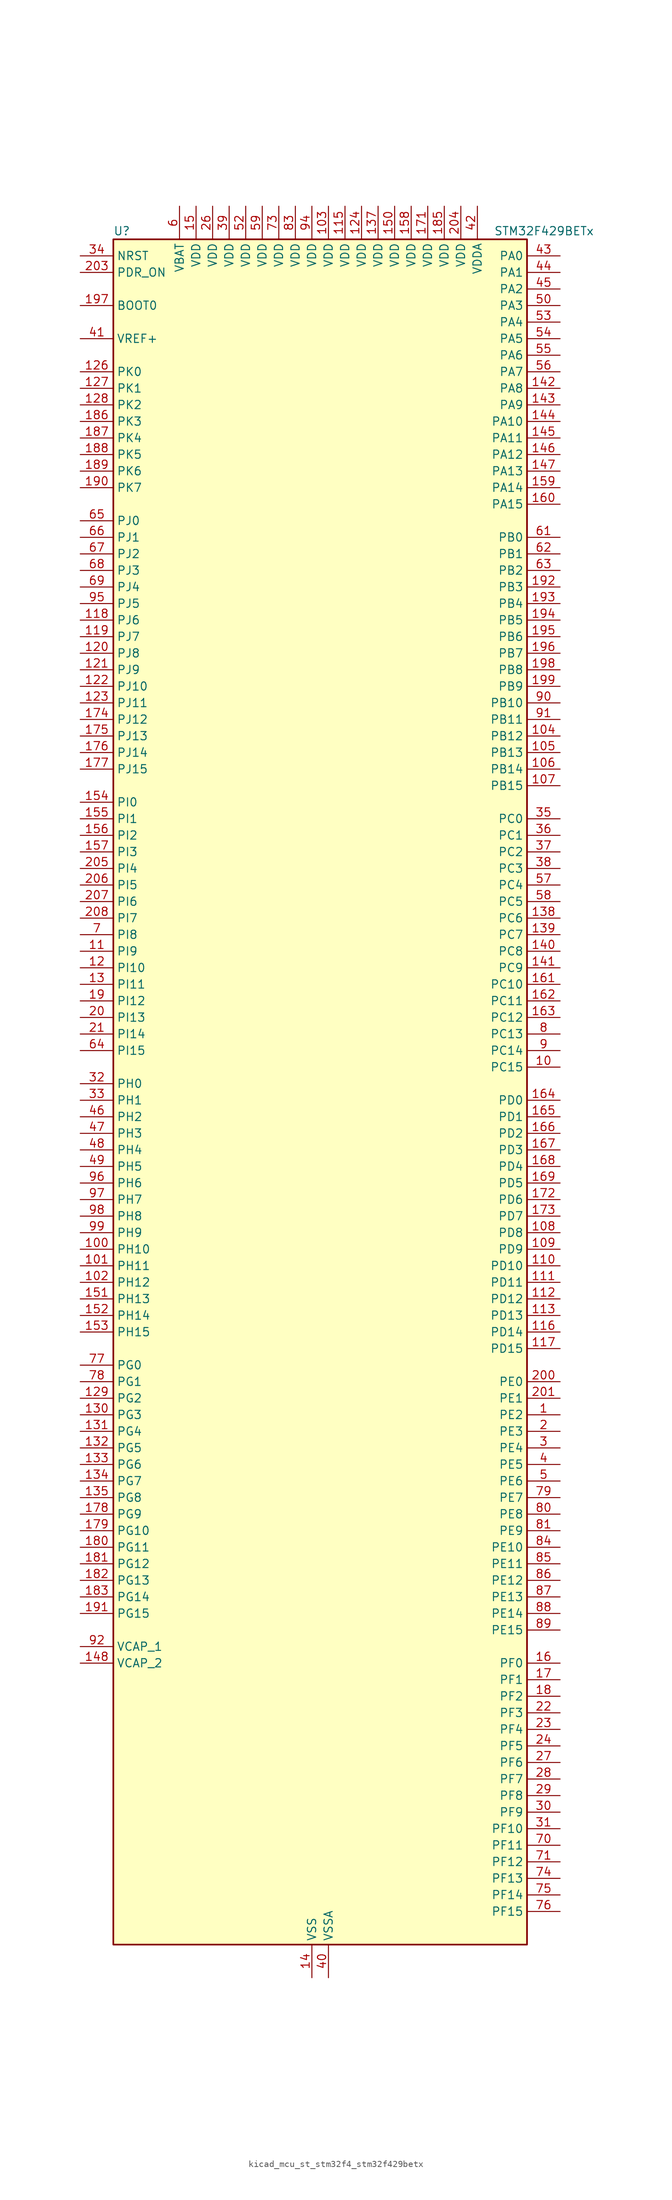
<source format=kicad_sym>
(kicad_symbol_lib
  (version 20220914)
  (generator kicad_symbol_editor)
  (symbol "kicad_mcu_st_stm32f4_stm32f429betx"
    (property "Reference" "U"
      (at -30.48 133.35 0)
      (effects (font (size 1.27 1.27)) (justify left)))
    (property "Value" "STM32F429BETx"
      (at 27.94 133.35 0)
      (effects (font (size 1.27 1.27)) (justify left)))
    (property "ki_locked" ""
      (at 0 0 0)
      (effects (font (size 1.27 1.27))))
    (symbol "kicad_mcu_st_stm32f4_stm32f429betx_0_1"
      (rectangle (start -30.48 -129.54) (end 33.02 132.08) (stroke (width 0.254) (type default)) (fill (type background))))
    (symbol "kicad_mcu_st_stm32f4_stm32f429betx_1_1"
      (pin bidirectional line (at 38.1 -48.26 180) (length 5.08) (name "PE2" (effects (font (size 1.27 1.27)))) (number "1" (effects (font (size 1.27 1.27)))) (alternate "ETH_TXD3" bidirectional line) (alternate "FMC_A23" bidirectional line) (alternate "SAI1_MCLK_A" bidirectional line) (alternate "SPI4_SCK" bidirectional line) (alternate "SYS_TRACECLK" bidirectional line))
      (pin bidirectional line (at 38.1 5.08 180) (length 5.08) (name "PC15" (effects (font (size 1.27 1.27)))) (number "10" (effects (font (size 1.27 1.27)))) (alternate "ADC1_EXTI15" bidirectional line) (alternate "ADC2_EXTI15" bidirectional line) (alternate "ADC3_EXTI15" bidirectional line) (alternate "RCC_OSC32_OUT" bidirectional line))
      (pin bidirectional line (at -35.56 -22.86 0) (length 5.08) (name "PH10" (effects (font (size 1.27 1.27)))) (number "100" (effects (font (size 1.27 1.27)))) (alternate "DCMI_D1" bidirectional line) (alternate "FMC_D18" bidirectional line) (alternate "LTDC_R4" bidirectional line) (alternate "TIM5_CH1" bidirectional line))
      (pin bidirectional line (at -35.56 -25.4 0) (length 5.08) (name "PH11" (effects (font (size 1.27 1.27)))) (number "101" (effects (font (size 1.27 1.27)))) (alternate "ADC1_EXTI11" bidirectional line) (alternate "ADC2_EXTI11" bidirectional line) (alternate "ADC3_EXTI11" bidirectional line) (alternate "DCMI_D2" bidirectional line) (alternate "FMC_D19" bidirectional line) (alternate "LTDC_R5" bidirectional line) (alternate "TIM5_CH2" bidirectional line))
      (pin bidirectional line (at -35.56 -27.94 0) (length 5.08) (name "PH12" (effects (font (size 1.27 1.27)))) (number "102" (effects (font (size 1.27 1.27)))) (alternate "DCMI_D3" bidirectional line) (alternate "FMC_D20" bidirectional line) (alternate "LTDC_R6" bidirectional line) (alternate "TIM5_CH3" bidirectional line))
      (pin power_in line (at 2.54 137.16 270) (length 5.08) (name "VDD" (effects (font (size 1.27 1.27)))) (number "103" (effects (font (size 1.27 1.27)))))
      (pin bidirectional line (at 38.1 55.88 180) (length 5.08) (name "PB12" (effects (font (size 1.27 1.27)))) (number "104" (effects (font (size 1.27 1.27)))) (alternate "CAN2_RX" bidirectional line) (alternate "ETH_TXD0" bidirectional line) (alternate "I2C2_SMBA" bidirectional line) (alternate "I2S2_WS" bidirectional line) (alternate "SPI2_NSS" bidirectional line) (alternate "TIM1_BKIN" bidirectional line) (alternate "USART3_CK" bidirectional line) (alternate "USB_OTG_HS_ID" bidirectional line) (alternate "USB_OTG_HS_ULPI_D5" bidirectional line))
      (pin bidirectional line (at 38.1 53.34 180) (length 5.08) (name "PB13" (effects (font (size 1.27 1.27)))) (number "105" (effects (font (size 1.27 1.27)))) (alternate "CAN2_TX" bidirectional line) (alternate "ETH_TXD1" bidirectional line) (alternate "I2S2_CK" bidirectional line) (alternate "SPI2_SCK" bidirectional line) (alternate "TIM1_CH1N" bidirectional line) (alternate "USART3_CTS" bidirectional line) (alternate "USB_OTG_HS_ULPI_D6" bidirectional line) (alternate "USB_OTG_HS_VBUS" bidirectional line))
      (pin bidirectional line (at 38.1 50.8 180) (length 5.08) (name "PB14" (effects (font (size 1.27 1.27)))) (number "106" (effects (font (size 1.27 1.27)))) (alternate "I2S2_ext_SD" bidirectional line) (alternate "SPI2_MISO" bidirectional line) (alternate "TIM12_CH1" bidirectional line) (alternate "TIM1_CH2N" bidirectional line) (alternate "TIM8_CH2N" bidirectional line) (alternate "USART3_RTS" bidirectional line) (alternate "USB_OTG_HS_DM" bidirectional line))
      (pin bidirectional line (at 38.1 48.26 180) (length 5.08) (name "PB15" (effects (font (size 1.27 1.27)))) (number "107" (effects (font (size 1.27 1.27)))) (alternate "ADC1_EXTI15" bidirectional line) (alternate "ADC2_EXTI15" bidirectional line) (alternate "ADC3_EXTI15" bidirectional line) (alternate "I2S2_SD" bidirectional line) (alternate "RTC_REFIN" bidirectional line) (alternate "SPI2_MOSI" bidirectional line) (alternate "TIM12_CH2" bidirectional line) (alternate "TIM1_CH3N" bidirectional line) (alternate "TIM8_CH3N" bidirectional line) (alternate "USB_OTG_HS_DP" bidirectional line))
      (pin bidirectional line (at 38.1 -20.32 180) (length 5.08) (name "PD8" (effects (font (size 1.27 1.27)))) (number "108" (effects (font (size 1.27 1.27)))) (alternate "FMC_D13" bidirectional line) (alternate "FMC_DA13" bidirectional line) (alternate "USART3_TX" bidirectional line))
      (pin bidirectional line (at 38.1 -22.86 180) (length 5.08) (name "PD9" (effects (font (size 1.27 1.27)))) (number "109" (effects (font (size 1.27 1.27)))) (alternate "DAC_EXTI9" bidirectional line) (alternate "FMC_D14" bidirectional line) (alternate "FMC_DA14" bidirectional line) (alternate "USART3_RX" bidirectional line))
      (pin bidirectional line (at -35.56 22.86 0) (length 5.08) (name "PI9" (effects (font (size 1.27 1.27)))) (number "11" (effects (font (size 1.27 1.27)))) (alternate "CAN1_RX" bidirectional line) (alternate "DAC_EXTI9" bidirectional line) (alternate "FMC_D30" bidirectional line) (alternate "LTDC_VSYNC" bidirectional line))
      (pin bidirectional line (at 38.1 -25.4 180) (length 5.08) (name "PD10" (effects (font (size 1.27 1.27)))) (number "110" (effects (font (size 1.27 1.27)))) (alternate "FMC_D15" bidirectional line) (alternate "FMC_DA15" bidirectional line) (alternate "LTDC_B3" bidirectional line) (alternate "USART3_CK" bidirectional line))
      (pin bidirectional line (at 38.1 -27.94 180) (length 5.08) (name "PD11" (effects (font (size 1.27 1.27)))) (number "111" (effects (font (size 1.27 1.27)))) (alternate "ADC1_EXTI11" bidirectional line) (alternate "ADC2_EXTI11" bidirectional line) (alternate "ADC3_EXTI11" bidirectional line) (alternate "FMC_A16" bidirectional line) (alternate "FMC_CLE" bidirectional line) (alternate "USART3_CTS" bidirectional line))
      (pin bidirectional line (at 38.1 -30.48 180) (length 5.08) (name "PD12" (effects (font (size 1.27 1.27)))) (number "112" (effects (font (size 1.27 1.27)))) (alternate "FMC_A17" bidirectional line) (alternate "FMC_ALE" bidirectional line) (alternate "TIM4_CH1" bidirectional line) (alternate "USART3_RTS" bidirectional line))
      (pin bidirectional line (at 38.1 -33.02 180) (length 5.08) (name "PD13" (effects (font (size 1.27 1.27)))) (number "113" (effects (font (size 1.27 1.27)))) (alternate "FMC_A18" bidirectional line) (alternate "TIM4_CH2" bidirectional line))
      (pin passive line (at 0 -134.62 90) (length 5.08) hide (name "VSS" (effects (font (size 1.27 1.27)))) (number "114" (effects (font (size 1.27 1.27)))))
      (pin power_in line (at 5.08 137.16 270) (length 5.08) (name "VDD" (effects (font (size 1.27 1.27)))) (number "115" (effects (font (size 1.27 1.27)))))
      (pin bidirectional line (at 38.1 -35.56 180) (length 5.08) (name "PD14" (effects (font (size 1.27 1.27)))) (number "116" (effects (font (size 1.27 1.27)))) (alternate "FMC_D0" bidirectional line) (alternate "FMC_DA0" bidirectional line) (alternate "TIM4_CH3" bidirectional line))
      (pin bidirectional line (at 38.1 -38.1 180) (length 5.08) (name "PD15" (effects (font (size 1.27 1.27)))) (number "117" (effects (font (size 1.27 1.27)))) (alternate "ADC1_EXTI15" bidirectional line) (alternate "ADC2_EXTI15" bidirectional line) (alternate "ADC3_EXTI15" bidirectional line) (alternate "FMC_D1" bidirectional line) (alternate "FMC_DA1" bidirectional line) (alternate "TIM4_CH4" bidirectional line))
      (pin bidirectional line (at -35.56 73.66 0) (length 5.08) (name "PJ6" (effects (font (size 1.27 1.27)))) (number "118" (effects (font (size 1.27 1.27)))) (alternate "LTDC_R7" bidirectional line))
      (pin bidirectional line (at -35.56 71.12 0) (length 5.08) (name "PJ7" (effects (font (size 1.27 1.27)))) (number "119" (effects (font (size 1.27 1.27)))) (alternate "LTDC_G0" bidirectional line))
      (pin bidirectional line (at -35.56 20.32 0) (length 5.08) (name "PI10" (effects (font (size 1.27 1.27)))) (number "12" (effects (font (size 1.27 1.27)))) (alternate "ETH_RX_ER" bidirectional line) (alternate "FMC_D31" bidirectional line) (alternate "LTDC_HSYNC" bidirectional line))
      (pin bidirectional line (at -35.56 68.58 0) (length 5.08) (name "PJ8" (effects (font (size 1.27 1.27)))) (number "120" (effects (font (size 1.27 1.27)))) (alternate "LTDC_G1" bidirectional line))
      (pin bidirectional line (at -35.56 66.04 0) (length 5.08) (name "PJ9" (effects (font (size 1.27 1.27)))) (number "121" (effects (font (size 1.27 1.27)))) (alternate "DAC_EXTI9" bidirectional line) (alternate "LTDC_G2" bidirectional line))
      (pin bidirectional line (at -35.56 63.5 0) (length 5.08) (name "PJ10" (effects (font (size 1.27 1.27)))) (number "122" (effects (font (size 1.27 1.27)))) (alternate "LTDC_G3" bidirectional line))
      (pin bidirectional line (at -35.56 60.96 0) (length 5.08) (name "PJ11" (effects (font (size 1.27 1.27)))) (number "123" (effects (font (size 1.27 1.27)))) (alternate "ADC1_EXTI11" bidirectional line) (alternate "ADC2_EXTI11" bidirectional line) (alternate "ADC3_EXTI11" bidirectional line) (alternate "LTDC_G4" bidirectional line))
      (pin power_in line (at 7.62 137.16 270) (length 5.08) (name "VDD" (effects (font (size 1.27 1.27)))) (number "124" (effects (font (size 1.27 1.27)))))
      (pin passive line (at 0 -134.62 90) (length 5.08) hide (name "VSS" (effects (font (size 1.27 1.27)))) (number "125" (effects (font (size 1.27 1.27)))))
      (pin bidirectional line (at -35.56 111.76 0) (length 5.08) (name "PK0" (effects (font (size 1.27 1.27)))) (number "126" (effects (font (size 1.27 1.27)))) (alternate "LTDC_G5" bidirectional line))
      (pin bidirectional line (at -35.56 109.22 0) (length 5.08) (name "PK1" (effects (font (size 1.27 1.27)))) (number "127" (effects (font (size 1.27 1.27)))) (alternate "LTDC_G6" bidirectional line))
      (pin bidirectional line (at -35.56 106.68 0) (length 5.08) (name "PK2" (effects (font (size 1.27 1.27)))) (number "128" (effects (font (size 1.27 1.27)))) (alternate "LTDC_G7" bidirectional line))
      (pin bidirectional line (at -35.56 -45.72 0) (length 5.08) (name "PG2" (effects (font (size 1.27 1.27)))) (number "129" (effects (font (size 1.27 1.27)))) (alternate "FMC_A12" bidirectional line))
      (pin bidirectional line (at -35.56 17.78 0) (length 5.08) (name "PI11" (effects (font (size 1.27 1.27)))) (number "13" (effects (font (size 1.27 1.27)))) (alternate "ADC1_EXTI11" bidirectional line) (alternate "ADC2_EXTI11" bidirectional line) (alternate "ADC3_EXTI11" bidirectional line) (alternate "USB_OTG_HS_ULPI_DIR" bidirectional line))
      (pin bidirectional line (at -35.56 -48.26 0) (length 5.08) (name "PG3" (effects (font (size 1.27 1.27)))) (number "130" (effects (font (size 1.27 1.27)))) (alternate "FMC_A13" bidirectional line))
      (pin bidirectional line (at -35.56 -50.8 0) (length 5.08) (name "PG4" (effects (font (size 1.27 1.27)))) (number "131" (effects (font (size 1.27 1.27)))) (alternate "FMC_A14" bidirectional line) (alternate "FMC_BA0" bidirectional line))
      (pin bidirectional line (at -35.56 -53.34 0) (length 5.08) (name "PG5" (effects (font (size 1.27 1.27)))) (number "132" (effects (font (size 1.27 1.27)))) (alternate "FMC_A15" bidirectional line) (alternate "FMC_BA1" bidirectional line))
      (pin bidirectional line (at -35.56 -55.88 0) (length 5.08) (name "PG6" (effects (font (size 1.27 1.27)))) (number "133" (effects (font (size 1.27 1.27)))) (alternate "DCMI_D12" bidirectional line) (alternate "FMC_INT2" bidirectional line) (alternate "LTDC_R7" bidirectional line))
      (pin bidirectional line (at -35.56 -58.42 0) (length 5.08) (name "PG7" (effects (font (size 1.27 1.27)))) (number "134" (effects (font (size 1.27 1.27)))) (alternate "DCMI_D13" bidirectional line) (alternate "FMC_INT3" bidirectional line) (alternate "LTDC_CLK" bidirectional line) (alternate "USART6_CK" bidirectional line))
      (pin bidirectional line (at -35.56 -60.96 0) (length 5.08) (name "PG8" (effects (font (size 1.27 1.27)))) (number "135" (effects (font (size 1.27 1.27)))) (alternate "ETH_PPS_OUT" bidirectional line) (alternate "FMC_SDCLK" bidirectional line) (alternate "SPI6_NSS" bidirectional line) (alternate "USART6_RTS" bidirectional line))
      (pin passive line (at 0 -134.62 90) (length 5.08) hide (name "VSS" (effects (font (size 1.27 1.27)))) (number "136" (effects (font (size 1.27 1.27)))))
      (pin power_in line (at 10.16 137.16 270) (length 5.08) (name "VDD" (effects (font (size 1.27 1.27)))) (number "137" (effects (font (size 1.27 1.27)))))
      (pin bidirectional line (at 38.1 27.94 180) (length 5.08) (name "PC6" (effects (font (size 1.27 1.27)))) (number "138" (effects (font (size 1.27 1.27)))) (alternate "DCMI_D0" bidirectional line) (alternate "I2S2_MCK" bidirectional line) (alternate "LTDC_HSYNC" bidirectional line) (alternate "SDIO_D6" bidirectional line) (alternate "TIM3_CH1" bidirectional line) (alternate "TIM8_CH1" bidirectional line) (alternate "USART6_TX" bidirectional line))
      (pin bidirectional line (at 38.1 25.4 180) (length 5.08) (name "PC7" (effects (font (size 1.27 1.27)))) (number "139" (effects (font (size 1.27 1.27)))) (alternate "DCMI_D1" bidirectional line) (alternate "I2S3_MCK" bidirectional line) (alternate "LTDC_G6" bidirectional line) (alternate "SDIO_D7" bidirectional line) (alternate "TIM3_CH2" bidirectional line) (alternate "TIM8_CH2" bidirectional line) (alternate "USART6_RX" bidirectional line))
      (pin power_in line (at 0 -134.62 90) (length 5.08) (name "VSS" (effects (font (size 1.27 1.27)))) (number "14" (effects (font (size 1.27 1.27)))))
      (pin bidirectional line (at 38.1 22.86 180) (length 5.08) (name "PC8" (effects (font (size 1.27 1.27)))) (number "140" (effects (font (size 1.27 1.27)))) (alternate "DCMI_D2" bidirectional line) (alternate "SDIO_D0" bidirectional line) (alternate "TIM3_CH3" bidirectional line) (alternate "TIM8_CH3" bidirectional line) (alternate "USART6_CK" bidirectional line))
      (pin bidirectional line (at 38.1 20.32 180) (length 5.08) (name "PC9" (effects (font (size 1.27 1.27)))) (number "141" (effects (font (size 1.27 1.27)))) (alternate "DAC_EXTI9" bidirectional line) (alternate "DCMI_D3" bidirectional line) (alternate "I2C3_SDA" bidirectional line) (alternate "I2S_CKIN" bidirectional line) (alternate "RCC_MCO_2" bidirectional line) (alternate "SDIO_D1" bidirectional line) (alternate "TIM3_CH4" bidirectional line) (alternate "TIM8_CH4" bidirectional line))
      (pin bidirectional line (at 38.1 109.22 180) (length 5.08) (name "PA8" (effects (font (size 1.27 1.27)))) (number "142" (effects (font (size 1.27 1.27)))) (alternate "I2C3_SCL" bidirectional line) (alternate "LTDC_R6" bidirectional line) (alternate "RCC_MCO_1" bidirectional line) (alternate "TIM1_CH1" bidirectional line) (alternate "USART1_CK" bidirectional line) (alternate "USB_OTG_FS_SOF" bidirectional line))
      (pin bidirectional line (at 38.1 106.68 180) (length 5.08) (name "PA9" (effects (font (size 1.27 1.27)))) (number "143" (effects (font (size 1.27 1.27)))) (alternate "DAC_EXTI9" bidirectional line) (alternate "DCMI_D0" bidirectional line) (alternate "I2C3_SMBA" bidirectional line) (alternate "TIM1_CH2" bidirectional line) (alternate "USART1_TX" bidirectional line) (alternate "USB_OTG_FS_VBUS" bidirectional line))
      (pin bidirectional line (at 38.1 104.14 180) (length 5.08) (name "PA10" (effects (font (size 1.27 1.27)))) (number "144" (effects (font (size 1.27 1.27)))) (alternate "DCMI_D1" bidirectional line) (alternate "TIM1_CH3" bidirectional line) (alternate "USART1_RX" bidirectional line) (alternate "USB_OTG_FS_ID" bidirectional line))
      (pin bidirectional line (at 38.1 101.6 180) (length 5.08) (name "PA11" (effects (font (size 1.27 1.27)))) (number "145" (effects (font (size 1.27 1.27)))) (alternate "ADC1_EXTI11" bidirectional line) (alternate "ADC2_EXTI11" bidirectional line) (alternate "ADC3_EXTI11" bidirectional line) (alternate "CAN1_RX" bidirectional line) (alternate "LTDC_R4" bidirectional line) (alternate "TIM1_CH4" bidirectional line) (alternate "USART1_CTS" bidirectional line) (alternate "USB_OTG_FS_DM" bidirectional line))
      (pin bidirectional line (at 38.1 99.06 180) (length 5.08) (name "PA12" (effects (font (size 1.27 1.27)))) (number "146" (effects (font (size 1.27 1.27)))) (alternate "CAN1_TX" bidirectional line) (alternate "LTDC_R5" bidirectional line) (alternate "TIM1_ETR" bidirectional line) (alternate "USART1_RTS" bidirectional line) (alternate "USB_OTG_FS_DP" bidirectional line))
      (pin bidirectional line (at 38.1 96.52 180) (length 5.08) (name "PA13" (effects (font (size 1.27 1.27)))) (number "147" (effects (font (size 1.27 1.27)))) (alternate "SYS_JTMS-SWDIO" bidirectional line))
      (pin power_out line (at -35.56 -86.36 0) (length 5.08) (name "VCAP_2" (effects (font (size 1.27 1.27)))) (number "148" (effects (font (size 1.27 1.27)))))
      (pin passive line (at 0 -134.62 90) (length 5.08) hide (name "VSS" (effects (font (size 1.27 1.27)))) (number "149" (effects (font (size 1.27 1.27)))))
      (pin power_in line (at -17.78 137.16 270) (length 5.08) (name "VDD" (effects (font (size 1.27 1.27)))) (number "15" (effects (font (size 1.27 1.27)))))
      (pin power_in line (at 12.7 137.16 270) (length 5.08) (name "VDD" (effects (font (size 1.27 1.27)))) (number "150" (effects (font (size 1.27 1.27)))))
      (pin bidirectional line (at -35.56 -30.48 0) (length 5.08) (name "PH13" (effects (font (size 1.27 1.27)))) (number "151" (effects (font (size 1.27 1.27)))) (alternate "CAN1_TX" bidirectional line) (alternate "FMC_D21" bidirectional line) (alternate "LTDC_G2" bidirectional line) (alternate "TIM8_CH1N" bidirectional line))
      (pin bidirectional line (at -35.56 -33.02 0) (length 5.08) (name "PH14" (effects (font (size 1.27 1.27)))) (number "152" (effects (font (size 1.27 1.27)))) (alternate "DCMI_D4" bidirectional line) (alternate "FMC_D22" bidirectional line) (alternate "LTDC_G3" bidirectional line) (alternate "TIM8_CH2N" bidirectional line))
      (pin bidirectional line (at -35.56 -35.56 0) (length 5.08) (name "PH15" (effects (font (size 1.27 1.27)))) (number "153" (effects (font (size 1.27 1.27)))) (alternate "ADC1_EXTI15" bidirectional line) (alternate "ADC2_EXTI15" bidirectional line) (alternate "ADC3_EXTI15" bidirectional line) (alternate "DCMI_D11" bidirectional line) (alternate "FMC_D23" bidirectional line) (alternate "LTDC_G4" bidirectional line) (alternate "TIM8_CH3N" bidirectional line))
      (pin bidirectional line (at -35.56 45.72 0) (length 5.08) (name "PI0" (effects (font (size 1.27 1.27)))) (number "154" (effects (font (size 1.27 1.27)))) (alternate "DCMI_D13" bidirectional line) (alternate "FMC_D24" bidirectional line) (alternate "I2S2_WS" bidirectional line) (alternate "LTDC_G5" bidirectional line) (alternate "SPI2_NSS" bidirectional line) (alternate "TIM5_CH4" bidirectional line))
      (pin bidirectional line (at -35.56 43.18 0) (length 5.08) (name "PI1" (effects (font (size 1.27 1.27)))) (number "155" (effects (font (size 1.27 1.27)))) (alternate "DCMI_D8" bidirectional line) (alternate "FMC_D25" bidirectional line) (alternate "I2S2_CK" bidirectional line) (alternate "LTDC_G6" bidirectional line) (alternate "SPI2_SCK" bidirectional line))
      (pin bidirectional line (at -35.56 40.64 0) (length 5.08) (name "PI2" (effects (font (size 1.27 1.27)))) (number "156" (effects (font (size 1.27 1.27)))) (alternate "DCMI_D9" bidirectional line) (alternate "FMC_D26" bidirectional line) (alternate "I2S2_ext_SD" bidirectional line) (alternate "LTDC_G7" bidirectional line) (alternate "SPI2_MISO" bidirectional line) (alternate "TIM8_CH4" bidirectional line))
      (pin bidirectional line (at -35.56 38.1 0) (length 5.08) (name "PI3" (effects (font (size 1.27 1.27)))) (number "157" (effects (font (size 1.27 1.27)))) (alternate "DCMI_D10" bidirectional line) (alternate "FMC_D27" bidirectional line) (alternate "I2S2_SD" bidirectional line) (alternate "SPI2_MOSI" bidirectional line) (alternate "TIM8_ETR" bidirectional line))
      (pin power_in line (at 15.24 137.16 270) (length 5.08) (name "VDD" (effects (font (size 1.27 1.27)))) (number "158" (effects (font (size 1.27 1.27)))))
      (pin bidirectional line (at 38.1 93.98 180) (length 5.08) (name "PA14" (effects (font (size 1.27 1.27)))) (number "159" (effects (font (size 1.27 1.27)))) (alternate "SYS_JTCK-SWCLK" bidirectional line))
      (pin bidirectional line (at 38.1 -86.36 180) (length 5.08) (name "PF0" (effects (font (size 1.27 1.27)))) (number "16" (effects (font (size 1.27 1.27)))) (alternate "FMC_A0" bidirectional line) (alternate "I2C2_SDA" bidirectional line))
      (pin bidirectional line (at 38.1 91.44 180) (length 5.08) (name "PA15" (effects (font (size 1.27 1.27)))) (number "160" (effects (font (size 1.27 1.27)))) (alternate "ADC1_EXTI15" bidirectional line) (alternate "ADC2_EXTI15" bidirectional line) (alternate "ADC3_EXTI15" bidirectional line) (alternate "I2S3_WS" bidirectional line) (alternate "SPI1_NSS" bidirectional line) (alternate "SPI3_NSS" bidirectional line) (alternate "SYS_JTDI" bidirectional line) (alternate "TIM2_CH1" bidirectional line) (alternate "TIM2_ETR" bidirectional line))
      (pin bidirectional line (at 38.1 17.78 180) (length 5.08) (name "PC10" (effects (font (size 1.27 1.27)))) (number "161" (effects (font (size 1.27 1.27)))) (alternate "DCMI_D8" bidirectional line) (alternate "I2S3_CK" bidirectional line) (alternate "LTDC_R2" bidirectional line) (alternate "SDIO_D2" bidirectional line) (alternate "SPI3_SCK" bidirectional line) (alternate "UART4_TX" bidirectional line) (alternate "USART3_TX" bidirectional line))
      (pin bidirectional line (at 38.1 15.24 180) (length 5.08) (name "PC11" (effects (font (size 1.27 1.27)))) (number "162" (effects (font (size 1.27 1.27)))) (alternate "ADC1_EXTI11" bidirectional line) (alternate "ADC2_EXTI11" bidirectional line) (alternate "ADC3_EXTI11" bidirectional line) (alternate "DCMI_D4" bidirectional line) (alternate "I2S3_ext_SD" bidirectional line) (alternate "SDIO_D3" bidirectional line) (alternate "SPI3_MISO" bidirectional line) (alternate "UART4_RX" bidirectional line) (alternate "USART3_RX" bidirectional line))
      (pin bidirectional line (at 38.1 12.7 180) (length 5.08) (name "PC12" (effects (font (size 1.27 1.27)))) (number "163" (effects (font (size 1.27 1.27)))) (alternate "DCMI_D9" bidirectional line) (alternate "I2S3_SD" bidirectional line) (alternate "SDIO_CK" bidirectional line) (alternate "SPI3_MOSI" bidirectional line) (alternate "UART5_TX" bidirectional line) (alternate "USART3_CK" bidirectional line))
      (pin bidirectional line (at 38.1 0 180) (length 5.08) (name "PD0" (effects (font (size 1.27 1.27)))) (number "164" (effects (font (size 1.27 1.27)))) (alternate "CAN1_RX" bidirectional line) (alternate "FMC_D2" bidirectional line) (alternate "FMC_DA2" bidirectional line))
      (pin bidirectional line (at 38.1 -2.54 180) (length 5.08) (name "PD1" (effects (font (size 1.27 1.27)))) (number "165" (effects (font (size 1.27 1.27)))) (alternate "CAN1_TX" bidirectional line) (alternate "FMC_D3" bidirectional line) (alternate "FMC_DA3" bidirectional line))
      (pin bidirectional line (at 38.1 -5.08 180) (length 5.08) (name "PD2" (effects (font (size 1.27 1.27)))) (number "166" (effects (font (size 1.27 1.27)))) (alternate "DCMI_D11" bidirectional line) (alternate "SDIO_CMD" bidirectional line) (alternate "TIM3_ETR" bidirectional line) (alternate "UART5_RX" bidirectional line))
      (pin bidirectional line (at 38.1 -7.62 180) (length 5.08) (name "PD3" (effects (font (size 1.27 1.27)))) (number "167" (effects (font (size 1.27 1.27)))) (alternate "DCMI_D5" bidirectional line) (alternate "FMC_CLK" bidirectional line) (alternate "I2S2_CK" bidirectional line) (alternate "LTDC_G7" bidirectional line) (alternate "SPI2_SCK" bidirectional line) (alternate "USART2_CTS" bidirectional line))
      (pin bidirectional line (at 38.1 -10.16 180) (length 5.08) (name "PD4" (effects (font (size 1.27 1.27)))) (number "168" (effects (font (size 1.27 1.27)))) (alternate "FMC_NOE" bidirectional line) (alternate "USART2_RTS" bidirectional line))
      (pin bidirectional line (at 38.1 -12.7 180) (length 5.08) (name "PD5" (effects (font (size 1.27 1.27)))) (number "169" (effects (font (size 1.27 1.27)))) (alternate "FMC_NWE" bidirectional line) (alternate "USART2_TX" bidirectional line))
      (pin bidirectional line (at 38.1 -88.9 180) (length 5.08) (name "PF1" (effects (font (size 1.27 1.27)))) (number "17" (effects (font (size 1.27 1.27)))) (alternate "FMC_A1" bidirectional line) (alternate "I2C2_SCL" bidirectional line))
      (pin passive line (at 0 -134.62 90) (length 5.08) hide (name "VSS" (effects (font (size 1.27 1.27)))) (number "170" (effects (font (size 1.27 1.27)))))
      (pin power_in line (at 17.78 137.16 270) (length 5.08) (name "VDD" (effects (font (size 1.27 1.27)))) (number "171" (effects (font (size 1.27 1.27)))))
      (pin bidirectional line (at 38.1 -15.24 180) (length 5.08) (name "PD6" (effects (font (size 1.27 1.27)))) (number "172" (effects (font (size 1.27 1.27)))) (alternate "DCMI_D10" bidirectional line) (alternate "FMC_NWAIT" bidirectional line) (alternate "I2S3_SD" bidirectional line) (alternate "LTDC_B2" bidirectional line) (alternate "SAI1_SD_A" bidirectional line) (alternate "SPI3_MOSI" bidirectional line) (alternate "USART2_RX" bidirectional line))
      (pin bidirectional line (at 38.1 -17.78 180) (length 5.08) (name "PD7" (effects (font (size 1.27 1.27)))) (number "173" (effects (font (size 1.27 1.27)))) (alternate "FMC_NCE2" bidirectional line) (alternate "FMC_NE1" bidirectional line) (alternate "USART2_CK" bidirectional line))
      (pin bidirectional line (at -35.56 58.42 0) (length 5.08) (name "PJ12" (effects (font (size 1.27 1.27)))) (number "174" (effects (font (size 1.27 1.27)))) (alternate "LTDC_B0" bidirectional line))
      (pin bidirectional line (at -35.56 55.88 0) (length 5.08) (name "PJ13" (effects (font (size 1.27 1.27)))) (number "175" (effects (font (size 1.27 1.27)))) (alternate "LTDC_B1" bidirectional line))
      (pin bidirectional line (at -35.56 53.34 0) (length 5.08) (name "PJ14" (effects (font (size 1.27 1.27)))) (number "176" (effects (font (size 1.27 1.27)))) (alternate "LTDC_B2" bidirectional line))
      (pin bidirectional line (at -35.56 50.8 0) (length 5.08) (name "PJ15" (effects (font (size 1.27 1.27)))) (number "177" (effects (font (size 1.27 1.27)))) (alternate "ADC1_EXTI15" bidirectional line) (alternate "ADC2_EXTI15" bidirectional line) (alternate "ADC3_EXTI15" bidirectional line) (alternate "LTDC_B3" bidirectional line))
      (pin bidirectional line (at -35.56 -63.5 0) (length 5.08) (name "PG9" (effects (font (size 1.27 1.27)))) (number "178" (effects (font (size 1.27 1.27)))) (alternate "DAC_EXTI9" bidirectional line) (alternate "DCMI_VSYNC" bidirectional line) (alternate "FMC_NCE3" bidirectional line) (alternate "FMC_NE2" bidirectional line) (alternate "USART6_RX" bidirectional line))
      (pin bidirectional line (at -35.56 -66.04 0) (length 5.08) (name "PG10" (effects (font (size 1.27 1.27)))) (number "179" (effects (font (size 1.27 1.27)))) (alternate "DCMI_D2" bidirectional line) (alternate "FMC_NCE4_1" bidirectional line) (alternate "FMC_NE3" bidirectional line) (alternate "LTDC_B2" bidirectional line) (alternate "LTDC_G3" bidirectional line))
      (pin bidirectional line (at 38.1 -91.44 180) (length 5.08) (name "PF2" (effects (font (size 1.27 1.27)))) (number "18" (effects (font (size 1.27 1.27)))) (alternate "FMC_A2" bidirectional line) (alternate "I2C2_SMBA" bidirectional line))
      (pin bidirectional line (at -35.56 -68.58 0) (length 5.08) (name "PG11" (effects (font (size 1.27 1.27)))) (number "180" (effects (font (size 1.27 1.27)))) (alternate "ADC1_EXTI11" bidirectional line) (alternate "ADC2_EXTI11" bidirectional line) (alternate "ADC3_EXTI11" bidirectional line) (alternate "DCMI_D3" bidirectional line) (alternate "ETH_TX_EN" bidirectional line) (alternate "FMC_NCE4_2" bidirectional line) (alternate "LTDC_B3" bidirectional line))
      (pin bidirectional line (at -35.56 -71.12 0) (length 5.08) (name "PG12" (effects (font (size 1.27 1.27)))) (number "181" (effects (font (size 1.27 1.27)))) (alternate "FMC_NE4" bidirectional line) (alternate "LTDC_B1" bidirectional line) (alternate "LTDC_B4" bidirectional line) (alternate "SPI6_MISO" bidirectional line) (alternate "USART6_RTS" bidirectional line))
      (pin bidirectional line (at -35.56 -73.66 0) (length 5.08) (name "PG13" (effects (font (size 1.27 1.27)))) (number "182" (effects (font (size 1.27 1.27)))) (alternate "ETH_TXD0" bidirectional line) (alternate "FMC_A24" bidirectional line) (alternate "SPI6_SCK" bidirectional line) (alternate "USART6_CTS" bidirectional line))
      (pin bidirectional line (at -35.56 -76.2 0) (length 5.08) (name "PG14" (effects (font (size 1.27 1.27)))) (number "183" (effects (font (size 1.27 1.27)))) (alternate "ETH_TXD1" bidirectional line) (alternate "FMC_A25" bidirectional line) (alternate "SPI6_MOSI" bidirectional line) (alternate "USART6_TX" bidirectional line))
      (pin passive line (at 0 -134.62 90) (length 5.08) hide (name "VSS" (effects (font (size 1.27 1.27)))) (number "184" (effects (font (size 1.27 1.27)))))
      (pin power_in line (at 20.32 137.16 270) (length 5.08) (name "VDD" (effects (font (size 1.27 1.27)))) (number "185" (effects (font (size 1.27 1.27)))))
      (pin bidirectional line (at -35.56 104.14 0) (length 5.08) (name "PK3" (effects (font (size 1.27 1.27)))) (number "186" (effects (font (size 1.27 1.27)))) (alternate "LTDC_B4" bidirectional line))
      (pin bidirectional line (at -35.56 101.6 0) (length 5.08) (name "PK4" (effects (font (size 1.27 1.27)))) (number "187" (effects (font (size 1.27 1.27)))) (alternate "LTDC_B5" bidirectional line))
      (pin bidirectional line (at -35.56 99.06 0) (length 5.08) (name "PK5" (effects (font (size 1.27 1.27)))) (number "188" (effects (font (size 1.27 1.27)))) (alternate "LTDC_B6" bidirectional line))
      (pin bidirectional line (at -35.56 96.52 0) (length 5.08) (name "PK6" (effects (font (size 1.27 1.27)))) (number "189" (effects (font (size 1.27 1.27)))) (alternate "LTDC_B7" bidirectional line))
      (pin bidirectional line (at -35.56 15.24 0) (length 5.08) (name "PI12" (effects (font (size 1.27 1.27)))) (number "19" (effects (font (size 1.27 1.27)))) (alternate "LTDC_HSYNC" bidirectional line))
      (pin bidirectional line (at -35.56 93.98 0) (length 5.08) (name "PK7" (effects (font (size 1.27 1.27)))) (number "190" (effects (font (size 1.27 1.27)))) (alternate "LTDC_DE" bidirectional line))
      (pin bidirectional line (at -35.56 -78.74 0) (length 5.08) (name "PG15" (effects (font (size 1.27 1.27)))) (number "191" (effects (font (size 1.27 1.27)))) (alternate "ADC1_EXTI15" bidirectional line) (alternate "ADC2_EXTI15" bidirectional line) (alternate "ADC3_EXTI15" bidirectional line) (alternate "DCMI_D13" bidirectional line) (alternate "FMC_SDNCAS" bidirectional line) (alternate "USART6_CTS" bidirectional line))
      (pin bidirectional line (at 38.1 78.74 180) (length 5.08) (name "PB3" (effects (font (size 1.27 1.27)))) (number "192" (effects (font (size 1.27 1.27)))) (alternate "I2S3_CK" bidirectional line) (alternate "SPI1_SCK" bidirectional line) (alternate "SPI3_SCK" bidirectional line) (alternate "SYS_JTDO-SWO" bidirectional line) (alternate "TIM2_CH2" bidirectional line))
      (pin bidirectional line (at 38.1 76.2 180) (length 5.08) (name "PB4" (effects (font (size 1.27 1.27)))) (number "193" (effects (font (size 1.27 1.27)))) (alternate "I2S3_ext_SD" bidirectional line) (alternate "SPI1_MISO" bidirectional line) (alternate "SPI3_MISO" bidirectional line) (alternate "SYS_JTRST" bidirectional line) (alternate "TIM3_CH1" bidirectional line))
      (pin bidirectional line (at 38.1 73.66 180) (length 5.08) (name "PB5" (effects (font (size 1.27 1.27)))) (number "194" (effects (font (size 1.27 1.27)))) (alternate "CAN2_RX" bidirectional line) (alternate "DCMI_D10" bidirectional line) (alternate "ETH_PPS_OUT" bidirectional line) (alternate "FMC_SDCKE1" bidirectional line) (alternate "I2C1_SMBA" bidirectional line) (alternate "I2S3_SD" bidirectional line) (alternate "SPI1_MOSI" bidirectional line) (alternate "SPI3_MOSI" bidirectional line) (alternate "TIM3_CH2" bidirectional line) (alternate "USB_OTG_HS_ULPI_D7" bidirectional line))
      (pin bidirectional line (at 38.1 71.12 180) (length 5.08) (name "PB6" (effects (font (size 1.27 1.27)))) (number "195" (effects (font (size 1.27 1.27)))) (alternate "CAN2_TX" bidirectional line) (alternate "DCMI_D5" bidirectional line) (alternate "FMC_SDNE1" bidirectional line) (alternate "I2C1_SCL" bidirectional line) (alternate "TIM4_CH1" bidirectional line) (alternate "USART1_TX" bidirectional line))
      (pin bidirectional line (at 38.1 68.58 180) (length 5.08) (name "PB7" (effects (font (size 1.27 1.27)))) (number "196" (effects (font (size 1.27 1.27)))) (alternate "DCMI_VSYNC" bidirectional line) (alternate "FMC_NL" bidirectional line) (alternate "I2C1_SDA" bidirectional line) (alternate "TIM4_CH2" bidirectional line) (alternate "USART1_RX" bidirectional line))
      (pin input line (at -35.56 121.92 0) (length 5.08) (name "BOOT0" (effects (font (size 1.27 1.27)))) (number "197" (effects (font (size 1.27 1.27)))))
      (pin bidirectional line (at 38.1 66.04 180) (length 5.08) (name "PB8" (effects (font (size 1.27 1.27)))) (number "198" (effects (font (size 1.27 1.27)))) (alternate "CAN1_RX" bidirectional line) (alternate "DCMI_D6" bidirectional line) (alternate "ETH_TXD3" bidirectional line) (alternate "I2C1_SCL" bidirectional line) (alternate "LTDC_B6" bidirectional line) (alternate "SDIO_D4" bidirectional line) (alternate "TIM10_CH1" bidirectional line) (alternate "TIM4_CH3" bidirectional line))
      (pin bidirectional line (at 38.1 63.5 180) (length 5.08) (name "PB9" (effects (font (size 1.27 1.27)))) (number "199" (effects (font (size 1.27 1.27)))) (alternate "CAN1_TX" bidirectional line) (alternate "DAC_EXTI9" bidirectional line) (alternate "DCMI_D7" bidirectional line) (alternate "I2C1_SDA" bidirectional line) (alternate "I2S2_WS" bidirectional line) (alternate "LTDC_B7" bidirectional line) (alternate "SDIO_D5" bidirectional line) (alternate "SPI2_NSS" bidirectional line) (alternate "TIM11_CH1" bidirectional line) (alternate "TIM4_CH4" bidirectional line))
      (pin bidirectional line (at 38.1 -50.8 180) (length 5.08) (name "PE3" (effects (font (size 1.27 1.27)))) (number "2" (effects (font (size 1.27 1.27)))) (alternate "FMC_A19" bidirectional line) (alternate "SAI1_SD_B" bidirectional line) (alternate "SYS_TRACED0" bidirectional line))
      (pin bidirectional line (at -35.56 12.7 0) (length 5.08) (name "PI13" (effects (font (size 1.27 1.27)))) (number "20" (effects (font (size 1.27 1.27)))) (alternate "LTDC_VSYNC" bidirectional line))
      (pin bidirectional line (at 38.1 -43.18 180) (length 5.08) (name "PE0" (effects (font (size 1.27 1.27)))) (number "200" (effects (font (size 1.27 1.27)))) (alternate "DCMI_D2" bidirectional line) (alternate "FMC_NBL0" bidirectional line) (alternate "TIM4_ETR" bidirectional line) (alternate "UART8_RX" bidirectional line))
      (pin bidirectional line (at 38.1 -45.72 180) (length 5.08) (name "PE1" (effects (font (size 1.27 1.27)))) (number "201" (effects (font (size 1.27 1.27)))) (alternate "DCMI_D3" bidirectional line) (alternate "FMC_NBL1" bidirectional line) (alternate "UART8_TX" bidirectional line))
      (pin passive line (at 0 -134.62 90) (length 5.08) hide (name "VSS" (effects (font (size 1.27 1.27)))) (number "202" (effects (font (size 1.27 1.27)))))
      (pin input line (at -35.56 127 0) (length 5.08) (name "PDR_ON" (effects (font (size 1.27 1.27)))) (number "203" (effects (font (size 1.27 1.27)))))
      (pin power_in line (at 22.86 137.16 270) (length 5.08) (name "VDD" (effects (font (size 1.27 1.27)))) (number "204" (effects (font (size 1.27 1.27)))))
      (pin bidirectional line (at -35.56 35.56 0) (length 5.08) (name "PI4" (effects (font (size 1.27 1.27)))) (number "205" (effects (font (size 1.27 1.27)))) (alternate "DCMI_D5" bidirectional line) (alternate "FMC_NBL2" bidirectional line) (alternate "LTDC_B4" bidirectional line) (alternate "TIM8_BKIN" bidirectional line))
      (pin bidirectional line (at -35.56 33.02 0) (length 5.08) (name "PI5" (effects (font (size 1.27 1.27)))) (number "206" (effects (font (size 1.27 1.27)))) (alternate "DCMI_VSYNC" bidirectional line) (alternate "FMC_NBL3" bidirectional line) (alternate "LTDC_B5" bidirectional line) (alternate "TIM8_CH1" bidirectional line))
      (pin bidirectional line (at -35.56 30.48 0) (length 5.08) (name "PI6" (effects (font (size 1.27 1.27)))) (number "207" (effects (font (size 1.27 1.27)))) (alternate "DCMI_D6" bidirectional line) (alternate "FMC_D28" bidirectional line) (alternate "LTDC_B6" bidirectional line) (alternate "TIM8_CH2" bidirectional line))
      (pin bidirectional line (at -35.56 27.94 0) (length 5.08) (name "PI7" (effects (font (size 1.27 1.27)))) (number "208" (effects (font (size 1.27 1.27)))) (alternate "DCMI_D7" bidirectional line) (alternate "FMC_D29" bidirectional line) (alternate "LTDC_B7" bidirectional line) (alternate "TIM8_CH3" bidirectional line))
      (pin bidirectional line (at -35.56 10.16 0) (length 5.08) (name "PI14" (effects (font (size 1.27 1.27)))) (number "21" (effects (font (size 1.27 1.27)))) (alternate "LTDC_CLK" bidirectional line))
      (pin bidirectional line (at 38.1 -93.98 180) (length 5.08) (name "PF3" (effects (font (size 1.27 1.27)))) (number "22" (effects (font (size 1.27 1.27)))) (alternate "ADC3_IN9" bidirectional line) (alternate "FMC_A3" bidirectional line))
      (pin bidirectional line (at 38.1 -96.52 180) (length 5.08) (name "PF4" (effects (font (size 1.27 1.27)))) (number "23" (effects (font (size 1.27 1.27)))) (alternate "ADC3_IN14" bidirectional line) (alternate "FMC_A4" bidirectional line))
      (pin bidirectional line (at 38.1 -99.06 180) (length 5.08) (name "PF5" (effects (font (size 1.27 1.27)))) (number "24" (effects (font (size 1.27 1.27)))) (alternate "ADC3_IN15" bidirectional line) (alternate "FMC_A5" bidirectional line))
      (pin passive line (at 0 -134.62 90) (length 5.08) hide (name "VSS" (effects (font (size 1.27 1.27)))) (number "25" (effects (font (size 1.27 1.27)))))
      (pin power_in line (at -15.24 137.16 270) (length 5.08) (name "VDD" (effects (font (size 1.27 1.27)))) (number "26" (effects (font (size 1.27 1.27)))))
      (pin bidirectional line (at 38.1 -101.6 180) (length 5.08) (name "PF6" (effects (font (size 1.27 1.27)))) (number "27" (effects (font (size 1.27 1.27)))) (alternate "ADC3_IN4" bidirectional line) (alternate "FMC_NIORD" bidirectional line) (alternate "SAI1_SD_B" bidirectional line) (alternate "SPI5_NSS" bidirectional line) (alternate "TIM10_CH1" bidirectional line) (alternate "UART7_RX" bidirectional line))
      (pin bidirectional line (at 38.1 -104.14 180) (length 5.08) (name "PF7" (effects (font (size 1.27 1.27)))) (number "28" (effects (font (size 1.27 1.27)))) (alternate "ADC3_IN5" bidirectional line) (alternate "FMC_NREG" bidirectional line) (alternate "SAI1_MCLK_B" bidirectional line) (alternate "SPI5_SCK" bidirectional line) (alternate "TIM11_CH1" bidirectional line) (alternate "UART7_TX" bidirectional line))
      (pin bidirectional line (at 38.1 -106.68 180) (length 5.08) (name "PF8" (effects (font (size 1.27 1.27)))) (number "29" (effects (font (size 1.27 1.27)))) (alternate "ADC3_IN6" bidirectional line) (alternate "FMC_NIOWR" bidirectional line) (alternate "SAI1_SCK_B" bidirectional line) (alternate "SPI5_MISO" bidirectional line) (alternate "TIM13_CH1" bidirectional line))
      (pin bidirectional line (at 38.1 -53.34 180) (length 5.08) (name "PE4" (effects (font (size 1.27 1.27)))) (number "3" (effects (font (size 1.27 1.27)))) (alternate "DCMI_D4" bidirectional line) (alternate "FMC_A20" bidirectional line) (alternate "LTDC_B0" bidirectional line) (alternate "SAI1_FS_A" bidirectional line) (alternate "SPI4_NSS" bidirectional line) (alternate "SYS_TRACED1" bidirectional line))
      (pin bidirectional line (at 38.1 -109.22 180) (length 5.08) (name "PF9" (effects (font (size 1.27 1.27)))) (number "30" (effects (font (size 1.27 1.27)))) (alternate "ADC3_IN7" bidirectional line) (alternate "DAC_EXTI9" bidirectional line) (alternate "FMC_CD" bidirectional line) (alternate "SAI1_FS_B" bidirectional line) (alternate "SPI5_MOSI" bidirectional line) (alternate "TIM14_CH1" bidirectional line))
      (pin bidirectional line (at 38.1 -111.76 180) (length 5.08) (name "PF10" (effects (font (size 1.27 1.27)))) (number "31" (effects (font (size 1.27 1.27)))) (alternate "ADC3_IN8" bidirectional line) (alternate "DCMI_D11" bidirectional line) (alternate "FMC_INTR" bidirectional line) (alternate "LTDC_DE" bidirectional line))
      (pin bidirectional line (at -35.56 2.54 0) (length 5.08) (name "PH0" (effects (font (size 1.27 1.27)))) (number "32" (effects (font (size 1.27 1.27)))) (alternate "RCC_OSC_IN" bidirectional line))
      (pin bidirectional line (at -35.56 0 0) (length 5.08) (name "PH1" (effects (font (size 1.27 1.27)))) (number "33" (effects (font (size 1.27 1.27)))) (alternate "RCC_OSC_OUT" bidirectional line))
      (pin input line (at -35.56 129.54 0) (length 5.08) (name "NRST" (effects (font (size 1.27 1.27)))) (number "34" (effects (font (size 1.27 1.27)))))
      (pin bidirectional line (at 38.1 43.18 180) (length 5.08) (name "PC0" (effects (font (size 1.27 1.27)))) (number "35" (effects (font (size 1.27 1.27)))) (alternate "ADC1_IN10" bidirectional line) (alternate "ADC2_IN10" bidirectional line) (alternate "ADC3_IN10" bidirectional line) (alternate "FMC_SDNWE" bidirectional line) (alternate "USB_OTG_HS_ULPI_STP" bidirectional line))
      (pin bidirectional line (at 38.1 40.64 180) (length 5.08) (name "PC1" (effects (font (size 1.27 1.27)))) (number "36" (effects (font (size 1.27 1.27)))) (alternate "ADC1_IN11" bidirectional line) (alternate "ADC2_IN11" bidirectional line) (alternate "ADC3_IN11" bidirectional line) (alternate "ETH_MDC" bidirectional line))
      (pin bidirectional line (at 38.1 38.1 180) (length 5.08) (name "PC2" (effects (font (size 1.27 1.27)))) (number "37" (effects (font (size 1.27 1.27)))) (alternate "ADC1_IN12" bidirectional line) (alternate "ADC2_IN12" bidirectional line) (alternate "ADC3_IN12" bidirectional line) (alternate "ETH_TXD2" bidirectional line) (alternate "FMC_SDNE0" bidirectional line) (alternate "I2S2_ext_SD" bidirectional line) (alternate "SPI2_MISO" bidirectional line) (alternate "USB_OTG_HS_ULPI_DIR" bidirectional line))
      (pin bidirectional line (at 38.1 35.56 180) (length 5.08) (name "PC3" (effects (font (size 1.27 1.27)))) (number "38" (effects (font (size 1.27 1.27)))) (alternate "ADC1_IN13" bidirectional line) (alternate "ADC2_IN13" bidirectional line) (alternate "ADC3_IN13" bidirectional line) (alternate "ETH_TX_CLK" bidirectional line) (alternate "FMC_SDCKE0" bidirectional line) (alternate "I2S2_SD" bidirectional line) (alternate "SPI2_MOSI" bidirectional line) (alternate "USB_OTG_HS_ULPI_NXT" bidirectional line))
      (pin power_in line (at -12.7 137.16 270) (length 5.08) (name "VDD" (effects (font (size 1.27 1.27)))) (number "39" (effects (font (size 1.27 1.27)))))
      (pin bidirectional line (at 38.1 -55.88 180) (length 5.08) (name "PE5" (effects (font (size 1.27 1.27)))) (number "4" (effects (font (size 1.27 1.27)))) (alternate "DCMI_D6" bidirectional line) (alternate "FMC_A21" bidirectional line) (alternate "LTDC_G0" bidirectional line) (alternate "SAI1_SCK_A" bidirectional line) (alternate "SPI4_MISO" bidirectional line) (alternate "SYS_TRACED2" bidirectional line) (alternate "TIM9_CH1" bidirectional line))
      (pin power_in line (at 2.54 -134.62 90) (length 5.08) (name "VSSA" (effects (font (size 1.27 1.27)))) (number "40" (effects (font (size 1.27 1.27)))))
      (pin input line (at -35.56 116.84 0) (length 5.08) (name "VREF+" (effects (font (size 1.27 1.27)))) (number "41" (effects (font (size 1.27 1.27)))))
      (pin power_in line (at 25.4 137.16 270) (length 5.08) (name "VDDA" (effects (font (size 1.27 1.27)))) (number "42" (effects (font (size 1.27 1.27)))))
      (pin bidirectional line (at 38.1 129.54 180) (length 5.08) (name "PA0" (effects (font (size 1.27 1.27)))) (number "43" (effects (font (size 1.27 1.27)))) (alternate "ADC1_IN0" bidirectional line) (alternate "ADC2_IN0" bidirectional line) (alternate "ADC3_IN0" bidirectional line) (alternate "ETH_CRS" bidirectional line) (alternate "SYS_WKUP" bidirectional line) (alternate "TIM2_CH1" bidirectional line) (alternate "TIM2_ETR" bidirectional line) (alternate "TIM5_CH1" bidirectional line) (alternate "TIM8_ETR" bidirectional line) (alternate "UART4_TX" bidirectional line) (alternate "USART2_CTS" bidirectional line))
      (pin bidirectional line (at 38.1 127 180) (length 5.08) (name "PA1" (effects (font (size 1.27 1.27)))) (number "44" (effects (font (size 1.27 1.27)))) (alternate "ADC1_IN1" bidirectional line) (alternate "ADC2_IN1" bidirectional line) (alternate "ADC3_IN1" bidirectional line) (alternate "ETH_REF_CLK" bidirectional line) (alternate "ETH_RX_CLK" bidirectional line) (alternate "TIM2_CH2" bidirectional line) (alternate "TIM5_CH2" bidirectional line) (alternate "UART4_RX" bidirectional line) (alternate "USART2_RTS" bidirectional line))
      (pin bidirectional line (at 38.1 124.46 180) (length 5.08) (name "PA2" (effects (font (size 1.27 1.27)))) (number "45" (effects (font (size 1.27 1.27)))) (alternate "ADC1_IN2" bidirectional line) (alternate "ADC2_IN2" bidirectional line) (alternate "ADC3_IN2" bidirectional line) (alternate "ETH_MDIO" bidirectional line) (alternate "TIM2_CH3" bidirectional line) (alternate "TIM5_CH3" bidirectional line) (alternate "TIM9_CH1" bidirectional line) (alternate "USART2_TX" bidirectional line))
      (pin bidirectional line (at -35.56 -2.54 0) (length 5.08) (name "PH2" (effects (font (size 1.27 1.27)))) (number "46" (effects (font (size 1.27 1.27)))) (alternate "ETH_CRS" bidirectional line) (alternate "FMC_SDCKE0" bidirectional line) (alternate "LTDC_R0" bidirectional line))
      (pin bidirectional line (at -35.56 -5.08 0) (length 5.08) (name "PH3" (effects (font (size 1.27 1.27)))) (number "47" (effects (font (size 1.27 1.27)))) (alternate "ETH_COL" bidirectional line) (alternate "FMC_SDNE0" bidirectional line) (alternate "LTDC_R1" bidirectional line))
      (pin bidirectional line (at -35.56 -7.62 0) (length 5.08) (name "PH4" (effects (font (size 1.27 1.27)))) (number "48" (effects (font (size 1.27 1.27)))) (alternate "I2C2_SCL" bidirectional line) (alternate "USB_OTG_HS_ULPI_NXT" bidirectional line))
      (pin bidirectional line (at -35.56 -10.16 0) (length 5.08) (name "PH5" (effects (font (size 1.27 1.27)))) (number "49" (effects (font (size 1.27 1.27)))) (alternate "FMC_SDNWE" bidirectional line) (alternate "I2C2_SDA" bidirectional line) (alternate "SPI5_NSS" bidirectional line))
      (pin bidirectional line (at 38.1 -58.42 180) (length 5.08) (name "PE6" (effects (font (size 1.27 1.27)))) (number "5" (effects (font (size 1.27 1.27)))) (alternate "DCMI_D7" bidirectional line) (alternate "FMC_A22" bidirectional line) (alternate "LTDC_G1" bidirectional line) (alternate "SAI1_SD_A" bidirectional line) (alternate "SPI4_MOSI" bidirectional line) (alternate "SYS_TRACED3" bidirectional line) (alternate "TIM9_CH2" bidirectional line))
      (pin bidirectional line (at 38.1 121.92 180) (length 5.08) (name "PA3" (effects (font (size 1.27 1.27)))) (number "50" (effects (font (size 1.27 1.27)))) (alternate "ADC1_IN3" bidirectional line) (alternate "ADC2_IN3" bidirectional line) (alternate "ADC3_IN3" bidirectional line) (alternate "ETH_COL" bidirectional line) (alternate "LTDC_B5" bidirectional line) (alternate "TIM2_CH4" bidirectional line) (alternate "TIM5_CH4" bidirectional line) (alternate "TIM9_CH2" bidirectional line) (alternate "USART2_RX" bidirectional line) (alternate "USB_OTG_HS_ULPI_D0" bidirectional line))
      (pin passive line (at 0 -134.62 90) (length 5.08) hide (name "VSS" (effects (font (size 1.27 1.27)))) (number "51" (effects (font (size 1.27 1.27)))))
      (pin power_in line (at -10.16 137.16 270) (length 5.08) (name "VDD" (effects (font (size 1.27 1.27)))) (number "52" (effects (font (size 1.27 1.27)))))
      (pin bidirectional line (at 38.1 119.38 180) (length 5.08) (name "PA4" (effects (font (size 1.27 1.27)))) (number "53" (effects (font (size 1.27 1.27)))) (alternate "ADC1_IN4" bidirectional line) (alternate "ADC2_IN4" bidirectional line) (alternate "DAC_OUT1" bidirectional line) (alternate "DCMI_HSYNC" bidirectional line) (alternate "I2S3_WS" bidirectional line) (alternate "LTDC_VSYNC" bidirectional line) (alternate "SPI1_NSS" bidirectional line) (alternate "SPI3_NSS" bidirectional line) (alternate "USART2_CK" bidirectional line) (alternate "USB_OTG_HS_SOF" bidirectional line))
      (pin bidirectional line (at 38.1 116.84 180) (length 5.08) (name "PA5" (effects (font (size 1.27 1.27)))) (number "54" (effects (font (size 1.27 1.27)))) (alternate "ADC1_IN5" bidirectional line) (alternate "ADC2_IN5" bidirectional line) (alternate "DAC_OUT2" bidirectional line) (alternate "SPI1_SCK" bidirectional line) (alternate "TIM2_CH1" bidirectional line) (alternate "TIM2_ETR" bidirectional line) (alternate "TIM8_CH1N" bidirectional line) (alternate "USB_OTG_HS_ULPI_CK" bidirectional line))
      (pin bidirectional line (at 38.1 114.3 180) (length 5.08) (name "PA6" (effects (font (size 1.27 1.27)))) (number "55" (effects (font (size 1.27 1.27)))) (alternate "ADC1_IN6" bidirectional line) (alternate "ADC2_IN6" bidirectional line) (alternate "DCMI_PIXCLK" bidirectional line) (alternate "LTDC_G2" bidirectional line) (alternate "SPI1_MISO" bidirectional line) (alternate "TIM13_CH1" bidirectional line) (alternate "TIM1_BKIN" bidirectional line) (alternate "TIM3_CH1" bidirectional line) (alternate "TIM8_BKIN" bidirectional line))
      (pin bidirectional line (at 38.1 111.76 180) (length 5.08) (name "PA7" (effects (font (size 1.27 1.27)))) (number "56" (effects (font (size 1.27 1.27)))) (alternate "ADC1_IN7" bidirectional line) (alternate "ADC2_IN7" bidirectional line) (alternate "ETH_CRS_DV" bidirectional line) (alternate "ETH_RX_DV" bidirectional line) (alternate "SPI1_MOSI" bidirectional line) (alternate "TIM14_CH1" bidirectional line) (alternate "TIM1_CH1N" bidirectional line) (alternate "TIM3_CH2" bidirectional line) (alternate "TIM8_CH1N" bidirectional line))
      (pin bidirectional line (at 38.1 33.02 180) (length 5.08) (name "PC4" (effects (font (size 1.27 1.27)))) (number "57" (effects (font (size 1.27 1.27)))) (alternate "ADC1_IN14" bidirectional line) (alternate "ADC2_IN14" bidirectional line) (alternate "ETH_RXD0" bidirectional line))
      (pin bidirectional line (at 38.1 30.48 180) (length 5.08) (name "PC5" (effects (font (size 1.27 1.27)))) (number "58" (effects (font (size 1.27 1.27)))) (alternate "ADC1_IN15" bidirectional line) (alternate "ADC2_IN15" bidirectional line) (alternate "ETH_RXD1" bidirectional line))
      (pin power_in line (at -7.62 137.16 270) (length 5.08) (name "VDD" (effects (font (size 1.27 1.27)))) (number "59" (effects (font (size 1.27 1.27)))))
      (pin power_in line (at -20.32 137.16 270) (length 5.08) (name "VBAT" (effects (font (size 1.27 1.27)))) (number "6" (effects (font (size 1.27 1.27)))))
      (pin passive line (at 0 -134.62 90) (length 5.08) hide (name "VSS" (effects (font (size 1.27 1.27)))) (number "60" (effects (font (size 1.27 1.27)))))
      (pin bidirectional line (at 38.1 86.36 180) (length 5.08) (name "PB0" (effects (font (size 1.27 1.27)))) (number "61" (effects (font (size 1.27 1.27)))) (alternate "ADC1_IN8" bidirectional line) (alternate "ADC2_IN8" bidirectional line) (alternate "ETH_RXD2" bidirectional line) (alternate "LTDC_R3" bidirectional line) (alternate "TIM1_CH2N" bidirectional line) (alternate "TIM3_CH3" bidirectional line) (alternate "TIM8_CH2N" bidirectional line) (alternate "USB_OTG_HS_ULPI_D1" bidirectional line))
      (pin bidirectional line (at 38.1 83.82 180) (length 5.08) (name "PB1" (effects (font (size 1.27 1.27)))) (number "62" (effects (font (size 1.27 1.27)))) (alternate "ADC1_IN9" bidirectional line) (alternate "ADC2_IN9" bidirectional line) (alternate "ETH_RXD3" bidirectional line) (alternate "LTDC_R6" bidirectional line) (alternate "TIM1_CH3N" bidirectional line) (alternate "TIM3_CH4" bidirectional line) (alternate "TIM8_CH3N" bidirectional line) (alternate "USB_OTG_HS_ULPI_D2" bidirectional line))
      (pin bidirectional line (at 38.1 81.28 180) (length 5.08) (name "PB2" (effects (font (size 1.27 1.27)))) (number "63" (effects (font (size 1.27 1.27)))))
      (pin bidirectional line (at -35.56 7.62 0) (length 5.08) (name "PI15" (effects (font (size 1.27 1.27)))) (number "64" (effects (font (size 1.27 1.27)))) (alternate "ADC1_EXTI15" bidirectional line) (alternate "ADC2_EXTI15" bidirectional line) (alternate "ADC3_EXTI15" bidirectional line) (alternate "LTDC_R0" bidirectional line))
      (pin bidirectional line (at -35.56 88.9 0) (length 5.08) (name "PJ0" (effects (font (size 1.27 1.27)))) (number "65" (effects (font (size 1.27 1.27)))) (alternate "LTDC_R1" bidirectional line))
      (pin bidirectional line (at -35.56 86.36 0) (length 5.08) (name "PJ1" (effects (font (size 1.27 1.27)))) (number "66" (effects (font (size 1.27 1.27)))) (alternate "LTDC_R2" bidirectional line))
      (pin bidirectional line (at -35.56 83.82 0) (length 5.08) (name "PJ2" (effects (font (size 1.27 1.27)))) (number "67" (effects (font (size 1.27 1.27)))) (alternate "LTDC_R3" bidirectional line))
      (pin bidirectional line (at -35.56 81.28 0) (length 5.08) (name "PJ3" (effects (font (size 1.27 1.27)))) (number "68" (effects (font (size 1.27 1.27)))) (alternate "LTDC_R4" bidirectional line))
      (pin bidirectional line (at -35.56 78.74 0) (length 5.08) (name "PJ4" (effects (font (size 1.27 1.27)))) (number "69" (effects (font (size 1.27 1.27)))) (alternate "LTDC_R5" bidirectional line))
      (pin bidirectional line (at -35.56 25.4 0) (length 5.08) (name "PI8" (effects (font (size 1.27 1.27)))) (number "7" (effects (font (size 1.27 1.27)))) (alternate "RTC_AF2" bidirectional line))
      (pin bidirectional line (at 38.1 -114.3 180) (length 5.08) (name "PF11" (effects (font (size 1.27 1.27)))) (number "70" (effects (font (size 1.27 1.27)))) (alternate "ADC1_EXTI11" bidirectional line) (alternate "ADC2_EXTI11" bidirectional line) (alternate "ADC3_EXTI11" bidirectional line) (alternate "DCMI_D12" bidirectional line) (alternate "FMC_SDNRAS" bidirectional line) (alternate "SPI5_MOSI" bidirectional line))
      (pin bidirectional line (at 38.1 -116.84 180) (length 5.08) (name "PF12" (effects (font (size 1.27 1.27)))) (number "71" (effects (font (size 1.27 1.27)))) (alternate "FMC_A6" bidirectional line))
      (pin passive line (at 0 -134.62 90) (length 5.08) hide (name "VSS" (effects (font (size 1.27 1.27)))) (number "72" (effects (font (size 1.27 1.27)))))
      (pin power_in line (at -5.08 137.16 270) (length 5.08) (name "VDD" (effects (font (size 1.27 1.27)))) (number "73" (effects (font (size 1.27 1.27)))))
      (pin bidirectional line (at 38.1 -119.38 180) (length 5.08) (name "PF13" (effects (font (size 1.27 1.27)))) (number "74" (effects (font (size 1.27 1.27)))) (alternate "FMC_A7" bidirectional line))
      (pin bidirectional line (at 38.1 -121.92 180) (length 5.08) (name "PF14" (effects (font (size 1.27 1.27)))) (number "75" (effects (font (size 1.27 1.27)))) (alternate "FMC_A8" bidirectional line))
      (pin bidirectional line (at 38.1 -124.46 180) (length 5.08) (name "PF15" (effects (font (size 1.27 1.27)))) (number "76" (effects (font (size 1.27 1.27)))) (alternate "ADC1_EXTI15" bidirectional line) (alternate "ADC2_EXTI15" bidirectional line) (alternate "ADC3_EXTI15" bidirectional line) (alternate "FMC_A9" bidirectional line))
      (pin bidirectional line (at -35.56 -40.64 0) (length 5.08) (name "PG0" (effects (font (size 1.27 1.27)))) (number "77" (effects (font (size 1.27 1.27)))) (alternate "FMC_A10" bidirectional line))
      (pin bidirectional line (at -35.56 -43.18 0) (length 5.08) (name "PG1" (effects (font (size 1.27 1.27)))) (number "78" (effects (font (size 1.27 1.27)))) (alternate "FMC_A11" bidirectional line))
      (pin bidirectional line (at 38.1 -60.96 180) (length 5.08) (name "PE7" (effects (font (size 1.27 1.27)))) (number "79" (effects (font (size 1.27 1.27)))) (alternate "FMC_D4" bidirectional line) (alternate "FMC_DA4" bidirectional line) (alternate "TIM1_ETR" bidirectional line) (alternate "UART7_RX" bidirectional line))
      (pin bidirectional line (at 38.1 10.16 180) (length 5.08) (name "PC13" (effects (font (size 1.27 1.27)))) (number "8" (effects (font (size 1.27 1.27)))) (alternate "RTC_AF1" bidirectional line))
      (pin bidirectional line (at 38.1 -63.5 180) (length 5.08) (name "PE8" (effects (font (size 1.27 1.27)))) (number "80" (effects (font (size 1.27 1.27)))) (alternate "FMC_D5" bidirectional line) (alternate "FMC_DA5" bidirectional line) (alternate "TIM1_CH1N" bidirectional line) (alternate "UART7_TX" bidirectional line))
      (pin bidirectional line (at 38.1 -66.04 180) (length 5.08) (name "PE9" (effects (font (size 1.27 1.27)))) (number "81" (effects (font (size 1.27 1.27)))) (alternate "DAC_EXTI9" bidirectional line) (alternate "FMC_D6" bidirectional line) (alternate "FMC_DA6" bidirectional line) (alternate "TIM1_CH1" bidirectional line))
      (pin passive line (at 0 -134.62 90) (length 5.08) hide (name "VSS" (effects (font (size 1.27 1.27)))) (number "82" (effects (font (size 1.27 1.27)))))
      (pin power_in line (at -2.54 137.16 270) (length 5.08) (name "VDD" (effects (font (size 1.27 1.27)))) (number "83" (effects (font (size 1.27 1.27)))))
      (pin bidirectional line (at 38.1 -68.58 180) (length 5.08) (name "PE10" (effects (font (size 1.27 1.27)))) (number "84" (effects (font (size 1.27 1.27)))) (alternate "FMC_D7" bidirectional line) (alternate "FMC_DA7" bidirectional line) (alternate "TIM1_CH2N" bidirectional line))
      (pin bidirectional line (at 38.1 -71.12 180) (length 5.08) (name "PE11" (effects (font (size 1.27 1.27)))) (number "85" (effects (font (size 1.27 1.27)))) (alternate "ADC1_EXTI11" bidirectional line) (alternate "ADC2_EXTI11" bidirectional line) (alternate "ADC3_EXTI11" bidirectional line) (alternate "FMC_D8" bidirectional line) (alternate "FMC_DA8" bidirectional line) (alternate "LTDC_G3" bidirectional line) (alternate "SPI4_NSS" bidirectional line) (alternate "TIM1_CH2" bidirectional line))
      (pin bidirectional line (at 38.1 -73.66 180) (length 5.08) (name "PE12" (effects (font (size 1.27 1.27)))) (number "86" (effects (font (size 1.27 1.27)))) (alternate "FMC_D9" bidirectional line) (alternate "FMC_DA9" bidirectional line) (alternate "LTDC_B4" bidirectional line) (alternate "SPI4_SCK" bidirectional line) (alternate "TIM1_CH3N" bidirectional line))
      (pin bidirectional line (at 38.1 -76.2 180) (length 5.08) (name "PE13" (effects (font (size 1.27 1.27)))) (number "87" (effects (font (size 1.27 1.27)))) (alternate "FMC_D10" bidirectional line) (alternate "FMC_DA10" bidirectional line) (alternate "LTDC_DE" bidirectional line) (alternate "SPI4_MISO" bidirectional line) (alternate "TIM1_CH3" bidirectional line))
      (pin bidirectional line (at 38.1 -78.74 180) (length 5.08) (name "PE14" (effects (font (size 1.27 1.27)))) (number "88" (effects (font (size 1.27 1.27)))) (alternate "FMC_D11" bidirectional line) (alternate "FMC_DA11" bidirectional line) (alternate "LTDC_CLK" bidirectional line) (alternate "SPI4_MOSI" bidirectional line) (alternate "TIM1_CH4" bidirectional line))
      (pin bidirectional line (at 38.1 -81.28 180) (length 5.08) (name "PE15" (effects (font (size 1.27 1.27)))) (number "89" (effects (font (size 1.27 1.27)))) (alternate "ADC1_EXTI15" bidirectional line) (alternate "ADC2_EXTI15" bidirectional line) (alternate "ADC3_EXTI15" bidirectional line) (alternate "FMC_D12" bidirectional line) (alternate "FMC_DA12" bidirectional line) (alternate "LTDC_R7" bidirectional line) (alternate "TIM1_BKIN" bidirectional line))
      (pin bidirectional line (at 38.1 7.62 180) (length 5.08) (name "PC14" (effects (font (size 1.27 1.27)))) (number "9" (effects (font (size 1.27 1.27)))) (alternate "RCC_OSC32_IN" bidirectional line))
      (pin bidirectional line (at 38.1 60.96 180) (length 5.08) (name "PB10" (effects (font (size 1.27 1.27)))) (number "90" (effects (font (size 1.27 1.27)))) (alternate "ETH_RX_ER" bidirectional line) (alternate "I2C2_SCL" bidirectional line) (alternate "I2S2_CK" bidirectional line) (alternate "LTDC_G4" bidirectional line) (alternate "SPI2_SCK" bidirectional line) (alternate "TIM2_CH3" bidirectional line) (alternate "USART3_TX" bidirectional line) (alternate "USB_OTG_HS_ULPI_D3" bidirectional line))
      (pin bidirectional line (at 38.1 58.42 180) (length 5.08) (name "PB11" (effects (font (size 1.27 1.27)))) (number "91" (effects (font (size 1.27 1.27)))) (alternate "ADC1_EXTI11" bidirectional line) (alternate "ADC2_EXTI11" bidirectional line) (alternate "ADC3_EXTI11" bidirectional line) (alternate "ETH_TX_EN" bidirectional line) (alternate "I2C2_SDA" bidirectional line) (alternate "LTDC_G5" bidirectional line) (alternate "TIM2_CH4" bidirectional line) (alternate "USART3_RX" bidirectional line) (alternate "USB_OTG_HS_ULPI_D4" bidirectional line))
      (pin power_out line (at -35.56 -83.82 0) (length 5.08) (name "VCAP_1" (effects (font (size 1.27 1.27)))) (number "92" (effects (font (size 1.27 1.27)))))
      (pin passive line (at 0 -134.62 90) (length 5.08) hide (name "VSS" (effects (font (size 1.27 1.27)))) (number "93" (effects (font (size 1.27 1.27)))))
      (pin power_in line (at 0 137.16 270) (length 5.08) (name "VDD" (effects (font (size 1.27 1.27)))) (number "94" (effects (font (size 1.27 1.27)))))
      (pin bidirectional line (at -35.56 76.2 0) (length 5.08) (name "PJ5" (effects (font (size 1.27 1.27)))) (number "95" (effects (font (size 1.27 1.27)))) (alternate "LTDC_R6" bidirectional line))
      (pin bidirectional line (at -35.56 -12.7 0) (length 5.08) (name "PH6" (effects (font (size 1.27 1.27)))) (number "96" (effects (font (size 1.27 1.27)))) (alternate "DCMI_D8" bidirectional line) (alternate "ETH_RXD2" bidirectional line) (alternate "FMC_SDNE1" bidirectional line) (alternate "I2C2_SMBA" bidirectional line) (alternate "SPI5_SCK" bidirectional line) (alternate "TIM12_CH1" bidirectional line))
      (pin bidirectional line (at -35.56 -15.24 0) (length 5.08) (name "PH7" (effects (font (size 1.27 1.27)))) (number "97" (effects (font (size 1.27 1.27)))) (alternate "DCMI_D9" bidirectional line) (alternate "ETH_RXD3" bidirectional line) (alternate "FMC_SDCKE1" bidirectional line) (alternate "I2C3_SCL" bidirectional line) (alternate "SPI5_MISO" bidirectional line))
      (pin bidirectional line (at -35.56 -17.78 0) (length 5.08) (name "PH8" (effects (font (size 1.27 1.27)))) (number "98" (effects (font (size 1.27 1.27)))) (alternate "DCMI_HSYNC" bidirectional line) (alternate "FMC_D16" bidirectional line) (alternate "I2C3_SDA" bidirectional line) (alternate "LTDC_R2" bidirectional line))
      (pin bidirectional line (at -35.56 -20.32 0) (length 5.08) (name "PH9" (effects (font (size 1.27 1.27)))) (number "99" (effects (font (size 1.27 1.27)))) (alternate "DAC_EXTI9" bidirectional line) (alternate "DCMI_D0" bidirectional line) (alternate "FMC_D17" bidirectional line) (alternate "I2C3_SMBA" bidirectional line) (alternate "LTDC_R3" bidirectional line) (alternate "TIM12_CH2" bidirectional line)))))
</source>
